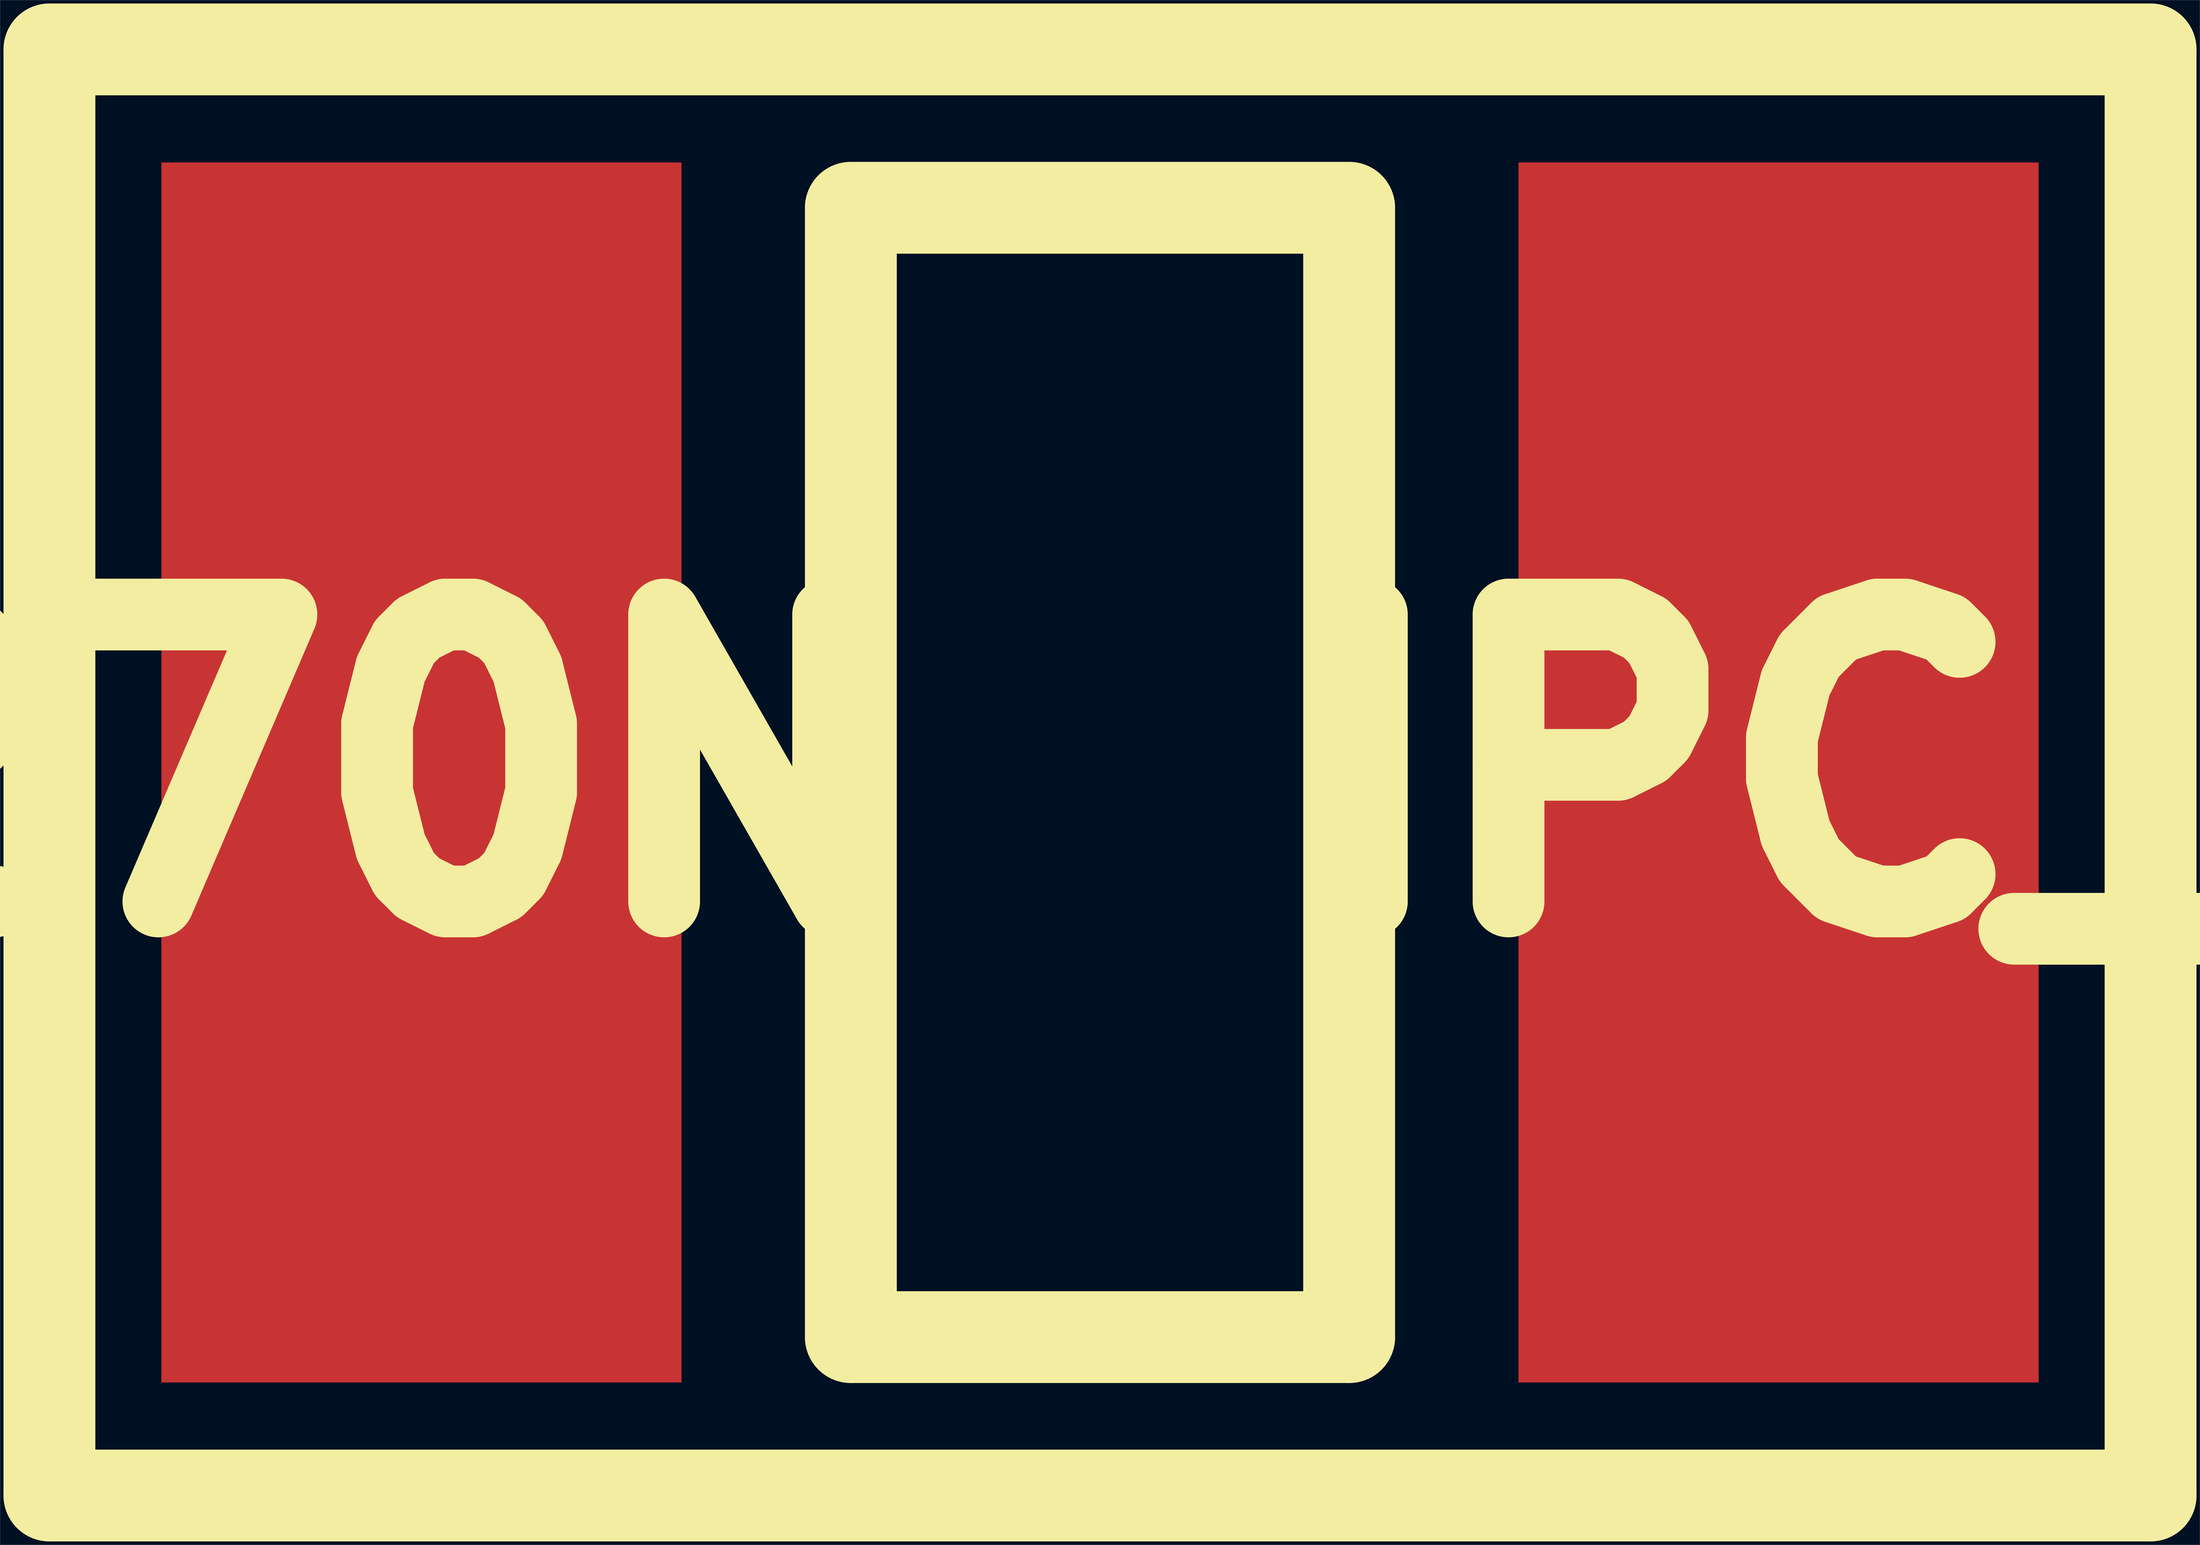
<source format=kicad_pcb>
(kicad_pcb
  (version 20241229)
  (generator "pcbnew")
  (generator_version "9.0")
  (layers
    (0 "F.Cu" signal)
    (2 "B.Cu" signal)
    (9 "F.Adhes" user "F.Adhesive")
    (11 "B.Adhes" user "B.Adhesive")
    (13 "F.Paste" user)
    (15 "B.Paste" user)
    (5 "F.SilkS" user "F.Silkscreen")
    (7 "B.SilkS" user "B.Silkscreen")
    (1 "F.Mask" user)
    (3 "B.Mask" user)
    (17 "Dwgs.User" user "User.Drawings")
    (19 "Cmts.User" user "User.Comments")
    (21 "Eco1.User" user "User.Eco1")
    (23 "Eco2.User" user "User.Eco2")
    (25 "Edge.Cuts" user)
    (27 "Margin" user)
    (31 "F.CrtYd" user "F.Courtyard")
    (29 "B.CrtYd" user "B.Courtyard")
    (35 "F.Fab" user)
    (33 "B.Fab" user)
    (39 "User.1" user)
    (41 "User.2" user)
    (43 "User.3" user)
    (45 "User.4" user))
  (footprint "IPC_CAPC3225X270N"
    (layer "F.Cu")
    (at 955 670)
    (property "Reference" "IPC_CAPC3225X270N" (at 0 0 0) (layer "F.SilkS") (effects (font (size 250 250) (thickness 120))))
    (attr through_hole)
    (fp_line (start -915 -630) (end 915 -630) (stroke (width 80) (type solid)) (layer "F.SilkS"))
    (fp_line (start -915 630) (end -915 -630) (stroke (width 80) (type solid)) (layer "F.SilkS"))
    (fp_line (start -217 -492) (end 217 -492) (stroke (width 80) (type solid)) (layer "F.SilkS"))
    (fp_line (start -217 492) (end -217 -492) (stroke (width 80) (type solid)) (layer "F.SilkS"))
    (fp_line (start 217 -492) (end 217 492) (stroke (width 80) (type solid)) (layer "F.SilkS"))
    (fp_line (start 217 492) (end -217 492) (stroke (width 80) (type solid)) (layer "F.SilkS"))
    (fp_line (start 915 -630) (end 915 630) (stroke (width 80) (type solid)) (layer "F.SilkS"))
    (fp_line (start 915 630) (end -915 630) (stroke (width 80) (type solid)) (layer "F.SilkS"))
    (pad "1" smd rect (at -591 0) (size 453 1063) (layers "F.Cu" "F.Mask" "F.Paste"))
    (pad "2" smd rect (at 591 0) (size 453 1063) (layers "F.Cu" "F.Mask" "F.Paste")))
  (gr_rect
    (start -3 -3)
    (end 1913 1343)
    (stroke (width 0.1) (type default))
    (fill no)
    (layer "Edge.Cuts")))
</source>
